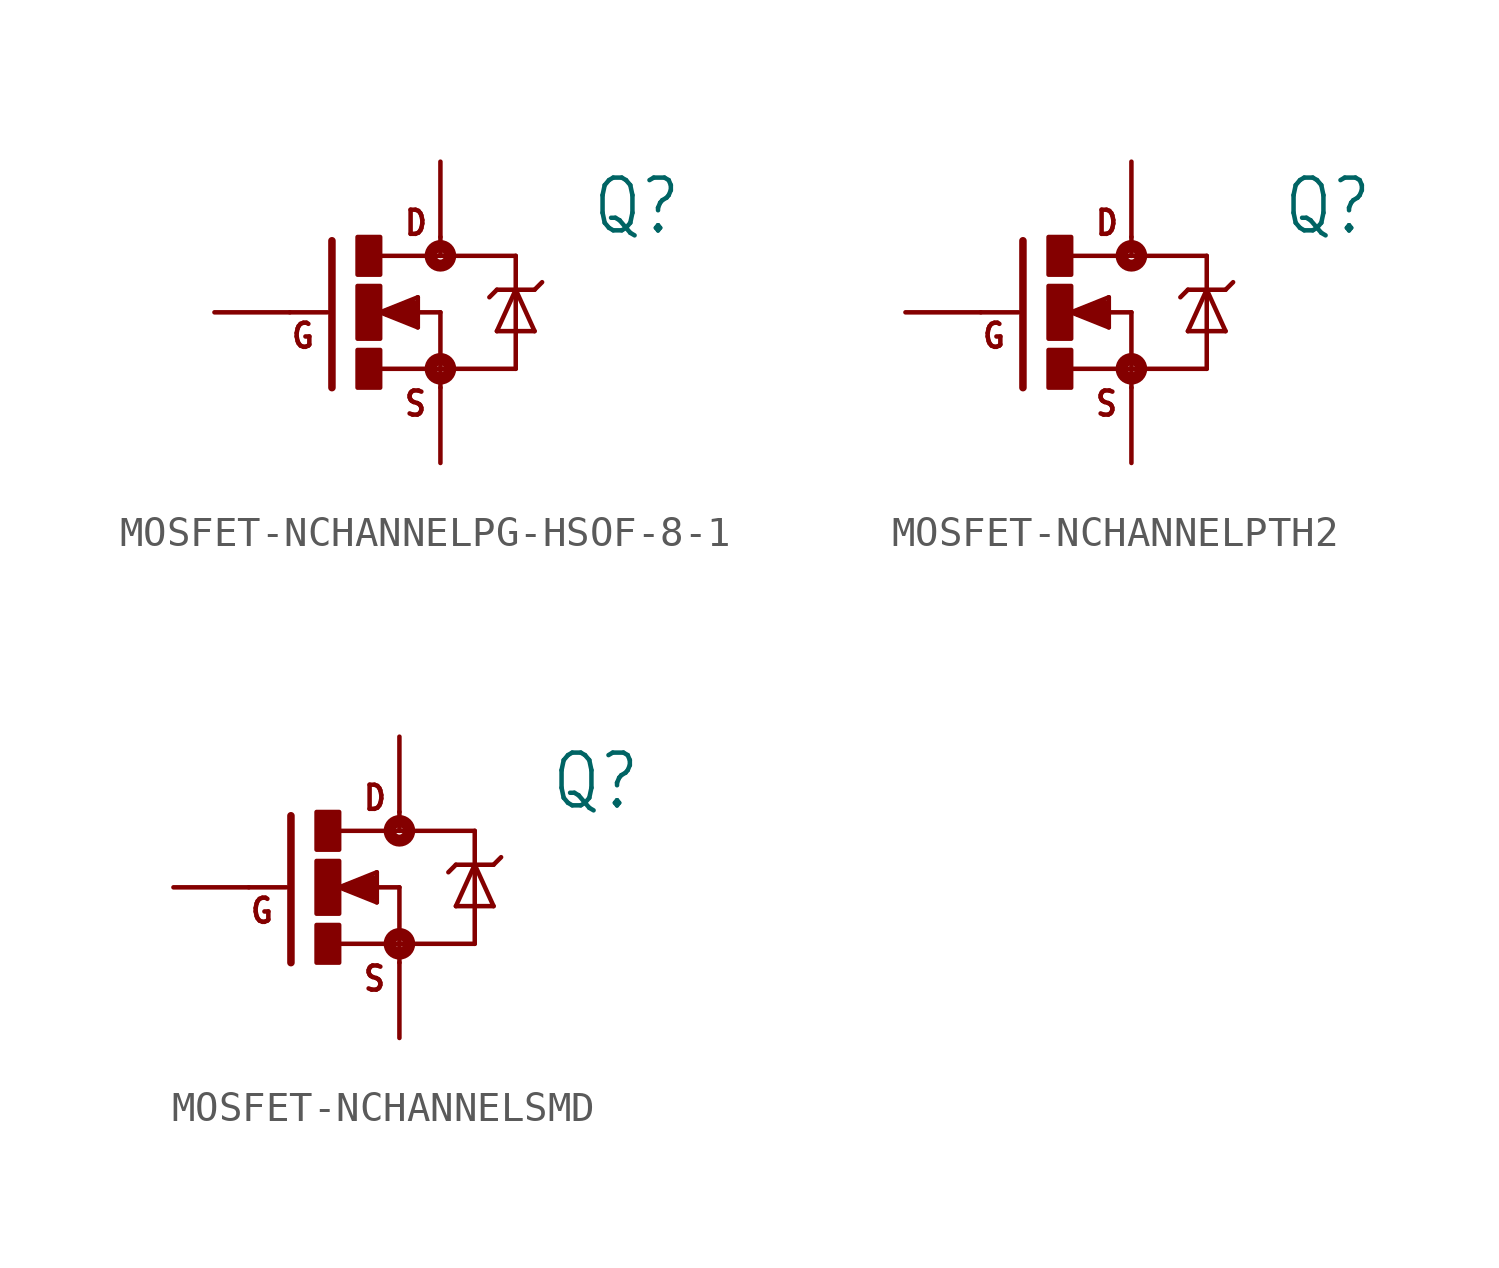
<source format=kicad_sym>
(kicad_symbol_lib
  (version 20231120)
  (generator "kicad_symbol_editor")
  (generator_version "8.0")
  (symbol "MOSFET-NCHANNELPG-HSOF-8-1"
    (property "Reference" "Q"
      (at 5.08 2.54 0)
      (effects (font (size 1.778 1.511)) (justify left bottom)))
    (property "Value" ""
      (at 5.08 0 0)
      (effects (font (size 1.778 1.511)) (justify left bottom)))
    (property "ki_locked" ""
      (at 0 0 0)
      (effects (font (size 1.27 1.27))))
    (symbol "MOSFET-NCHANNELPG-HSOF-8-1_1_0"
      (rectangle (start -2.794 -2.54) (end -2.032 -1.27) (stroke (width 0) (type default)) (fill (type outline)))
      (rectangle (start -2.794 -0.889) (end -2.032 0.889) (stroke (width 0) (type default)) (fill (type outline)))
      (rectangle (start -2.794 1.27) (end -2.032 2.54) (stroke (width 0) (type default)) (fill (type outline)))
      (circle (center 0 -1.905) (radius 0.127) (stroke (width 0.406) (type solid)) (fill (type none)))
      (polyline (pts (xy -3.81 0) (xy -5.08 0)) (stroke (width 0.152) (type solid)) (fill (type none)))
      (polyline (pts (xy -3.658 2.413) (xy -3.658 -2.54)) (stroke (width 0.254) (type solid)) (fill (type none)))
      (polyline (pts (xy -2.032 -1.905) (xy 0 -1.905)) (stroke (width 0.152) (type solid)) (fill (type none)))
      (polyline (pts (xy -2.032 0) (xy -0.762 -0.508)) (stroke (width 0.152) (type solid)) (fill (type none)))
      (polyline (pts (xy -1.778 0) (xy -0.889 -0.254)) (stroke (width 0.305) (type solid)) (fill (type none)))
      (polyline (pts (xy -0.889 -0.254) (xy -0.889 0)) (stroke (width 0.305) (type solid)) (fill (type none)))
      (polyline (pts (xy -0.889 0) (xy -1.143 0)) (stroke (width 0.305) (type solid)) (fill (type none)))
      (polyline (pts (xy -0.889 0) (xy 0 0)) (stroke (width 0.152) (type solid)) (fill (type none)))
      (polyline (pts (xy -0.889 0.254) (xy -1.778 0)) (stroke (width 0.305) (type solid)) (fill (type none)))
      (polyline (pts (xy -0.762 -0.508) (xy -0.762 0.508)) (stroke (width 0.152) (type solid)) (fill (type none)))
      (polyline (pts (xy -0.762 0.508) (xy -2.032 0)) (stroke (width 0.152) (type solid)) (fill (type none)))
      (polyline (pts (xy 0 -1.905) (xy 0 -2.54)) (stroke (width 0.152) (type solid)) (fill (type none)))
      (polyline (pts (xy 0 0) (xy 0 -1.905)) (stroke (width 0.152) (type solid)) (fill (type none)))
      (polyline (pts (xy 0 1.905) (xy -2.007 1.905)) (stroke (width 0.152) (type solid)) (fill (type none)))
      (polyline (pts (xy 0 1.905) (xy 2.54 1.905)) (stroke (width 0.152) (type solid)) (fill (type none)))
      (polyline (pts (xy 0 2.54) (xy 0 1.905)) (stroke (width 0.152) (type solid)) (fill (type none)))
      (polyline (pts (xy 1.905 -0.635) (xy 3.175 -0.635)) (stroke (width 0.152) (type solid)) (fill (type none)))
      (polyline (pts (xy 1.905 0.762) (xy 1.651 0.508)) (stroke (width 0.152) (type solid)) (fill (type none)))
      (polyline (pts (xy 1.905 0.762) (xy 2.54 0.762)) (stroke (width 0.152) (type solid)) (fill (type none)))
      (polyline (pts (xy 2.54 -1.905) (xy 0 -1.905)) (stroke (width 0.152) (type solid)) (fill (type none)))
      (polyline (pts (xy 2.54 0.762) (xy 1.905 -0.635)) (stroke (width 0.152) (type solid)) (fill (type none)))
      (polyline (pts (xy 2.54 0.762) (xy 2.54 -1.905)) (stroke (width 0.152) (type solid)) (fill (type none)))
      (polyline (pts (xy 2.54 0.762) (xy 3.175 0.762)) (stroke (width 0.152) (type solid)) (fill (type none)))
      (polyline (pts (xy 2.54 1.905) (xy 2.54 0.762)) (stroke (width 0.152) (type solid)) (fill (type none)))
      (polyline (pts (xy 3.175 -0.635) (xy 2.54 0.762)) (stroke (width 0.152) (type solid)) (fill (type none)))
      (polyline (pts (xy 3.175 0.762) (xy 3.429 1.016)) (stroke (width 0.152) (type solid)) (fill (type none)))
      (circle (center 0 1.905) (radius 0.127) (stroke (width 0.406) (type solid)) (fill (type none)))
      (text "D" (at -1.27 2.54 0) (effects (font (size 0.813 0.691)) (justify left bottom)))
      (text "G" (at -5.08 -1.27 0) (effects (font (size 0.813 0.691)) (justify left bottom)))
      (text "S" (at -1.27 -3.556 0) (effects (font (size 0.813 0.691)) (justify left bottom)))
      (pin passive line (at 0 5.08 270) (length 2.54) (name "D" (effects (font (size 0 0)))) (number "D" (effects (font (size 0 0)))))
      (pin passive line (at -7.62 0 0) (length 2.54) (name "G" (effects (font (size 0 0)))) (number "G" (effects (font (size 0 0)))))
      (pin passive line (at 0 -5.08 90) (length 2.54) (name "S" (effects (font (size 0 0)))) (number "S" (effects (font (size 0 0)))))))
  (symbol "MOSFET-NCHANNELPTH2"
    (property "Reference" "Q"
      (at 5.08 2.54 0)
      (effects (font (size 1.778 1.511)) (justify left bottom)))
    (property "Value" ""
      (at 5.08 0 0)
      (effects (font (size 1.778 1.511)) (justify left bottom)))
    (property "ki_locked" ""
      (at 0 0 0)
      (effects (font (size 1.27 1.27))))
    (symbol "MOSFET-NCHANNELPTH2_1_0"
      (rectangle (start -2.794 -2.54) (end -2.032 -1.27) (stroke (width 0) (type default)) (fill (type outline)))
      (rectangle (start -2.794 -0.889) (end -2.032 0.889) (stroke (width 0) (type default)) (fill (type outline)))
      (rectangle (start -2.794 1.27) (end -2.032 2.54) (stroke (width 0) (type default)) (fill (type outline)))
      (circle (center 0 -1.905) (radius 0.127) (stroke (width 0.406) (type solid)) (fill (type none)))
      (polyline (pts (xy -3.81 0) (xy -5.08 0)) (stroke (width 0.152) (type solid)) (fill (type none)))
      (polyline (pts (xy -3.658 2.413) (xy -3.658 -2.54)) (stroke (width 0.254) (type solid)) (fill (type none)))
      (polyline (pts (xy -2.032 -1.905) (xy 0 -1.905)) (stroke (width 0.152) (type solid)) (fill (type none)))
      (polyline (pts (xy -2.032 0) (xy -0.762 -0.508)) (stroke (width 0.152) (type solid)) (fill (type none)))
      (polyline (pts (xy -1.778 0) (xy -0.889 -0.254)) (stroke (width 0.305) (type solid)) (fill (type none)))
      (polyline (pts (xy -0.889 -0.254) (xy -0.889 0)) (stroke (width 0.305) (type solid)) (fill (type none)))
      (polyline (pts (xy -0.889 0) (xy -1.143 0)) (stroke (width 0.305) (type solid)) (fill (type none)))
      (polyline (pts (xy -0.889 0) (xy 0 0)) (stroke (width 0.152) (type solid)) (fill (type none)))
      (polyline (pts (xy -0.889 0.254) (xy -1.778 0)) (stroke (width 0.305) (type solid)) (fill (type none)))
      (polyline (pts (xy -0.762 -0.508) (xy -0.762 0.508)) (stroke (width 0.152) (type solid)) (fill (type none)))
      (polyline (pts (xy -0.762 0.508) (xy -2.032 0)) (stroke (width 0.152) (type solid)) (fill (type none)))
      (polyline (pts (xy 0 -1.905) (xy 0 -2.54)) (stroke (width 0.152) (type solid)) (fill (type none)))
      (polyline (pts (xy 0 0) (xy 0 -1.905)) (stroke (width 0.152) (type solid)) (fill (type none)))
      (polyline (pts (xy 0 1.905) (xy -2.007 1.905)) (stroke (width 0.152) (type solid)) (fill (type none)))
      (polyline (pts (xy 0 1.905) (xy 2.54 1.905)) (stroke (width 0.152) (type solid)) (fill (type none)))
      (polyline (pts (xy 0 2.54) (xy 0 1.905)) (stroke (width 0.152) (type solid)) (fill (type none)))
      (polyline (pts (xy 1.905 -0.635) (xy 3.175 -0.635)) (stroke (width 0.152) (type solid)) (fill (type none)))
      (polyline (pts (xy 1.905 0.762) (xy 1.651 0.508)) (stroke (width 0.152) (type solid)) (fill (type none)))
      (polyline (pts (xy 1.905 0.762) (xy 2.54 0.762)) (stroke (width 0.152) (type solid)) (fill (type none)))
      (polyline (pts (xy 2.54 -1.905) (xy 0 -1.905)) (stroke (width 0.152) (type solid)) (fill (type none)))
      (polyline (pts (xy 2.54 0.762) (xy 1.905 -0.635)) (stroke (width 0.152) (type solid)) (fill (type none)))
      (polyline (pts (xy 2.54 0.762) (xy 2.54 -1.905)) (stroke (width 0.152) (type solid)) (fill (type none)))
      (polyline (pts (xy 2.54 0.762) (xy 3.175 0.762)) (stroke (width 0.152) (type solid)) (fill (type none)))
      (polyline (pts (xy 2.54 1.905) (xy 2.54 0.762)) (stroke (width 0.152) (type solid)) (fill (type none)))
      (polyline (pts (xy 3.175 -0.635) (xy 2.54 0.762)) (stroke (width 0.152) (type solid)) (fill (type none)))
      (polyline (pts (xy 3.175 0.762) (xy 3.429 1.016)) (stroke (width 0.152) (type solid)) (fill (type none)))
      (circle (center 0 1.905) (radius 0.127) (stroke (width 0.406) (type solid)) (fill (type none)))
      (text "D" (at -1.27 2.54 0) (effects (font (size 0.813 0.691)) (justify left bottom)))
      (text "G" (at -5.08 -1.27 0) (effects (font (size 0.813 0.691)) (justify left bottom)))
      (text "S" (at -1.27 -3.556 0) (effects (font (size 0.813 0.691)) (justify left bottom)))
      (pin passive line (at -7.62 0 0) (length 2.54) (name "G" (effects (font (size 0 0)))) (number "1" (effects (font (size 0 0)))))
      (pin passive line (at 0 5.08 270) (length 2.54) (name "D" (effects (font (size 0 0)))) (number "2" (effects (font (size 0 0)))))
      (pin passive line (at 0 -5.08 90) (length 2.54) (name "S" (effects (font (size 0 0)))) (number "3" (effects (font (size 0 0)))))))
  (symbol "MOSFET-NCHANNELSMD"
    (property "Reference" "Q"
      (at 5.08 2.54 0)
      (effects (font (size 1.778 1.511)) (justify left bottom)))
    (property "Value" ""
      (at 5.08 0 0)
      (effects (font (size 1.778 1.511)) (justify left bottom)))
    (property "ki_locked" ""
      (at 0 0 0)
      (effects (font (size 1.27 1.27))))
    (symbol "MOSFET-NCHANNELSMD_1_0"
      (rectangle (start -2.794 -2.54) (end -2.032 -1.27) (stroke (width 0) (type default)) (fill (type outline)))
      (rectangle (start -2.794 -0.889) (end -2.032 0.889) (stroke (width 0) (type default)) (fill (type outline)))
      (rectangle (start -2.794 1.27) (end -2.032 2.54) (stroke (width 0) (type default)) (fill (type outline)))
      (circle (center 0 -1.905) (radius 0.127) (stroke (width 0.406) (type solid)) (fill (type none)))
      (polyline (pts (xy -3.81 0) (xy -5.08 0)) (stroke (width 0.152) (type solid)) (fill (type none)))
      (polyline (pts (xy -3.658 2.413) (xy -3.658 -2.54)) (stroke (width 0.254) (type solid)) (fill (type none)))
      (polyline (pts (xy -2.032 -1.905) (xy 0 -1.905)) (stroke (width 0.152) (type solid)) (fill (type none)))
      (polyline (pts (xy -2.032 0) (xy -0.762 -0.508)) (stroke (width 0.152) (type solid)) (fill (type none)))
      (polyline (pts (xy -1.778 0) (xy -0.889 -0.254)) (stroke (width 0.305) (type solid)) (fill (type none)))
      (polyline (pts (xy -0.889 -0.254) (xy -0.889 0)) (stroke (width 0.305) (type solid)) (fill (type none)))
      (polyline (pts (xy -0.889 0) (xy -1.143 0)) (stroke (width 0.305) (type solid)) (fill (type none)))
      (polyline (pts (xy -0.889 0) (xy 0 0)) (stroke (width 0.152) (type solid)) (fill (type none)))
      (polyline (pts (xy -0.889 0.254) (xy -1.778 0)) (stroke (width 0.305) (type solid)) (fill (type none)))
      (polyline (pts (xy -0.762 -0.508) (xy -0.762 0.508)) (stroke (width 0.152) (type solid)) (fill (type none)))
      (polyline (pts (xy -0.762 0.508) (xy -2.032 0)) (stroke (width 0.152) (type solid)) (fill (type none)))
      (polyline (pts (xy 0 -1.905) (xy 0 -2.54)) (stroke (width 0.152) (type solid)) (fill (type none)))
      (polyline (pts (xy 0 0) (xy 0 -1.905)) (stroke (width 0.152) (type solid)) (fill (type none)))
      (polyline (pts (xy 0 1.905) (xy -2.007 1.905)) (stroke (width 0.152) (type solid)) (fill (type none)))
      (polyline (pts (xy 0 1.905) (xy 2.54 1.905)) (stroke (width 0.152) (type solid)) (fill (type none)))
      (polyline (pts (xy 0 2.54) (xy 0 1.905)) (stroke (width 0.152) (type solid)) (fill (type none)))
      (polyline (pts (xy 1.905 -0.635) (xy 3.175 -0.635)) (stroke (width 0.152) (type solid)) (fill (type none)))
      (polyline (pts (xy 1.905 0.762) (xy 1.651 0.508)) (stroke (width 0.152) (type solid)) (fill (type none)))
      (polyline (pts (xy 1.905 0.762) (xy 2.54 0.762)) (stroke (width 0.152) (type solid)) (fill (type none)))
      (polyline (pts (xy 2.54 -1.905) (xy 0 -1.905)) (stroke (width 0.152) (type solid)) (fill (type none)))
      (polyline (pts (xy 2.54 0.762) (xy 1.905 -0.635)) (stroke (width 0.152) (type solid)) (fill (type none)))
      (polyline (pts (xy 2.54 0.762) (xy 2.54 -1.905)) (stroke (width 0.152) (type solid)) (fill (type none)))
      (polyline (pts (xy 2.54 0.762) (xy 3.175 0.762)) (stroke (width 0.152) (type solid)) (fill (type none)))
      (polyline (pts (xy 2.54 1.905) (xy 2.54 0.762)) (stroke (width 0.152) (type solid)) (fill (type none)))
      (polyline (pts (xy 3.175 -0.635) (xy 2.54 0.762)) (stroke (width 0.152) (type solid)) (fill (type none)))
      (polyline (pts (xy 3.175 0.762) (xy 3.429 1.016)) (stroke (width 0.152) (type solid)) (fill (type none)))
      (circle (center 0 1.905) (radius 0.127) (stroke (width 0.406) (type solid)) (fill (type none)))
      (text "D" (at -1.27 2.54 0) (effects (font (size 0.813 0.691)) (justify left bottom)))
      (text "G" (at -5.08 -1.27 0) (effects (font (size 0.813 0.691)) (justify left bottom)))
      (text "S" (at -1.27 -3.556 0) (effects (font (size 0.813 0.691)) (justify left bottom)))
      (pin passive line (at -7.62 0 0) (length 2.54) (name "G" (effects (font (size 0 0)))) (number "1" (effects (font (size 0 0)))))
      (pin passive line (at 0 -5.08 90) (length 2.54) (name "S" (effects (font (size 0 0)))) (number "2" (effects (font (size 0 0)))))
      (pin passive line (at 0 5.08 270) (length 2.54) (name "D" (effects (font (size 0 0)))) (number "3" (effects (font (size 0 0))))))))
</source>
